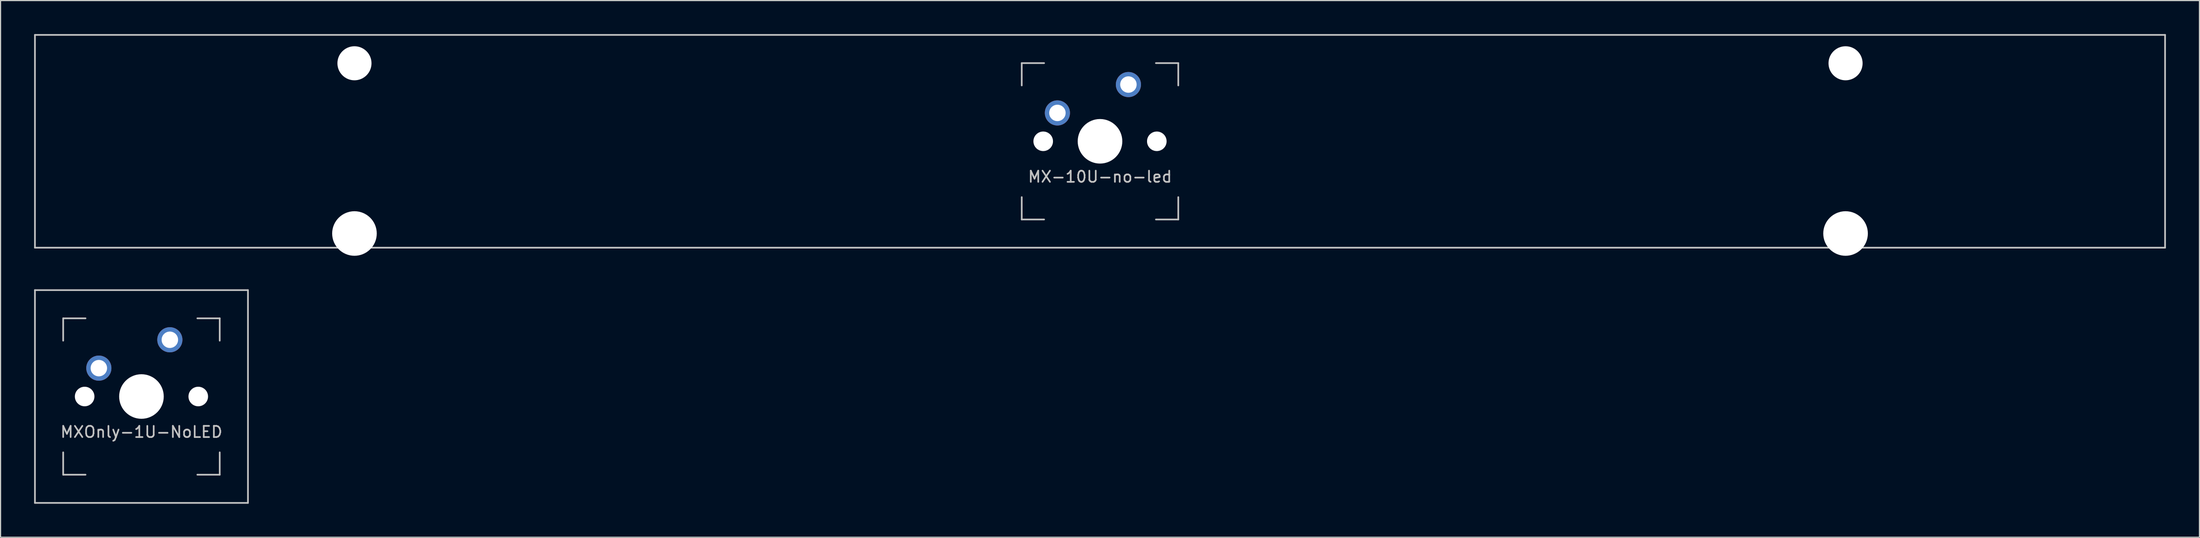
<source format=kicad_pcb>
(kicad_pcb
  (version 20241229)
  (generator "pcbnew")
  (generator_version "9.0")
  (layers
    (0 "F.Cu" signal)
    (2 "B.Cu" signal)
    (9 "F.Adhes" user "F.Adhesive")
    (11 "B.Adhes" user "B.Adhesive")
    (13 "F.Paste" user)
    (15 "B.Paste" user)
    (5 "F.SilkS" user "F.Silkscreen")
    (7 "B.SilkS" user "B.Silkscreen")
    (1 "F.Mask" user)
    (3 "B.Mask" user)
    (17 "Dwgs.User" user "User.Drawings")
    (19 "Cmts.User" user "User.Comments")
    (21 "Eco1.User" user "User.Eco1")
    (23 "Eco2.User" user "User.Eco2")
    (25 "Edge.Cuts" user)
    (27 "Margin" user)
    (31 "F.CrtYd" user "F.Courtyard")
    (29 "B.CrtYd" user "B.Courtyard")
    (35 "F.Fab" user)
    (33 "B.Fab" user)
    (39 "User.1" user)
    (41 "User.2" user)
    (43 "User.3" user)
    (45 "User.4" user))
  (footprint "MXOnly-1U-NoLED"
    (layer "F.Cu")
    (at 9.6 32.449)
    (property "Reference" "MXOnly-1U-NoLED" (at 0 3.175 0) (unlocked yes) (layer "Dwgs.User") (effects (font (size 1 1) (thickness 0.15))))
    (attr through_hole)
    (fp_line (start -9.525 -9.525) (end 9.525 -9.525) (stroke (width 0.15) (type solid)) (layer "Dwgs.User"))
    (fp_line (start -9.525 9.525) (end -9.525 -9.525) (stroke (width 0.15) (type solid)) (layer "Dwgs.User"))
    (fp_line (start -7 -7) (end -7 -5) (stroke (width 0.15) (type solid)) (layer "Dwgs.User"))
    (fp_line (start -7 5) (end -7 7) (stroke (width 0.15) (type solid)) (layer "Dwgs.User"))
    (fp_line (start -7 7) (end -5 7) (stroke (width 0.15) (type solid)) (layer "Dwgs.User"))
    (fp_line (start -5 -7) (end -7 -7) (stroke (width 0.15) (type solid)) (layer "Dwgs.User"))
    (fp_line (start 5 -7) (end 7 -7) (stroke (width 0.15) (type solid)) (layer "Dwgs.User"))
    (fp_line (start 5 7) (end 7 7) (stroke (width 0.15) (type solid)) (layer "Dwgs.User"))
    (fp_line (start 7 -7) (end 7 -5) (stroke (width 0.15) (type solid)) (layer "Dwgs.User"))
    (fp_line (start 7 7) (end 7 5) (stroke (width 0.15) (type solid)) (layer "Dwgs.User"))
    (fp_line (start 9.525 -9.525) (end 9.525 9.525) (stroke (width 0.15) (type solid)) (layer "Dwgs.User"))
    (fp_line (start 9.525 9.525) (end -9.525 9.525) (stroke (width 0.15) (type solid)) (layer "Dwgs.User"))
    (pad "" np_thru_hole circle (at -5.08 0 48.1) (size 1.75 1.75) (drill 1.75) (layers "*.Cu" "*.Mask"))
    (pad "" np_thru_hole circle (at 0 0) (size 3.988 3.988) (drill 3.988) (layers "*.Cu" "*.Mask"))
    (pad "" np_thru_hole circle (at 5.08 0 48.1) (size 1.75 1.75) (drill 1.75) (layers "*.Cu" "*.Mask"))
    (pad "1" thru_hole circle (at -3.81 -2.54) (size 2.25 2.25) (drill 1.47) (layers "*.Cu" "B.Mask"))
    (pad "2" thru_hole circle (at 2.54 -5.08) (size 2.25 2.25) (drill 1.47) (layers "*.Cu" "B.Mask")))
  (footprint "MX-10U-no-led"
    (layer "F.Cu")
    (at 95.325 9.6)
    (property "Reference" "MX-10U-no-led" (at 0 3.175 0) (layer "Dwgs.User") (effects (font (size 1 1) (thickness 0.15))))
    (attr through_hole)
    (fp_line (start -95.25 -9.525) (end 95.25 -9.525) (stroke (width 0.15) (type solid)) (layer "Dwgs.User"))
    (fp_line (start -95.25 9.525) (end -95.25 -9.525) (stroke (width 0.15) (type solid)) (layer "Dwgs.User"))
    (fp_line (start -95.25 9.525) (end 95.25 9.525) (stroke (width 0.15) (type solid)) (layer "Dwgs.User"))
    (fp_line (start -7 -7) (end -7 -5) (stroke (width 0.15) (type solid)) (layer "Dwgs.User"))
    (fp_line (start -7 5) (end -7 7) (stroke (width 0.15) (type solid)) (layer "Dwgs.User"))
    (fp_line (start -7 7) (end -5 7) (stroke (width 0.15) (type solid)) (layer "Dwgs.User"))
    (fp_line (start -5 -7) (end -7 -7) (stroke (width 0.15) (type solid)) (layer "Dwgs.User"))
    (fp_line (start 5 -7) (end 7 -7) (stroke (width 0.15) (type solid)) (layer "Dwgs.User"))
    (fp_line (start 5 7) (end 7 7) (stroke (width 0.15) (type solid)) (layer "Dwgs.User"))
    (fp_line (start 7 -7) (end 7 -5) (stroke (width 0.15) (type solid)) (layer "Dwgs.User"))
    (fp_line (start 7 7) (end 7 5) (stroke (width 0.15) (type solid)) (layer "Dwgs.User"))
    (fp_line (start 95.25 -9.525) (end 95.25 9.525) (stroke (width 0.15) (type solid)) (layer "Dwgs.User"))
    (pad "" np_thru_hole circle (at -66.675 -6.985) (size 3.048 3.048) (drill 3.048) (layers "*.Cu" "*.Mask"))
    (pad "" np_thru_hole circle (at -66.675 8.255) (size 3.988 3.988) (drill 3.988) (layers "*.Cu" "*.Mask"))
    (pad "" np_thru_hole circle (at -5.08 0 48.1) (size 1.75 1.75) (drill 1.75) (layers "*.Cu" "*.Mask"))
    (pad "" np_thru_hole circle (at 0 0) (size 3.988 3.988) (drill 3.988) (layers "*.Cu" "*.Mask"))
    (pad "" np_thru_hole circle (at 5.08 0 48.1) (size 1.75 1.75) (drill 1.75) (layers "*.Cu" "*.Mask"))
    (pad "" np_thru_hole circle (at 66.675 -6.985) (size 3.048 3.048) (drill 3.048) (layers "*.Cu" "*.Mask"))
    (pad "" np_thru_hole circle (at 66.675 8.255) (size 3.988 3.988) (drill 3.988) (layers "*.Cu" "*.Mask"))
    (pad "1" thru_hole circle (at -3.81 -2.54 48) (size 2.25 2.25) (drill 1.47) (layers "*.Cu" "B.Mask"))
    (pad "2" thru_hole circle (at 2.54 -5.08) (size 2.25 2.25) (drill 1.47) (layers "*.Cu" "B.Mask")))
  (gr_rect
    (start -3 -3)
    (end 193.65 45.049)
    (stroke (width 0.1) (type default))
    (fill no)
    (layer "Edge.Cuts")))
</source>
